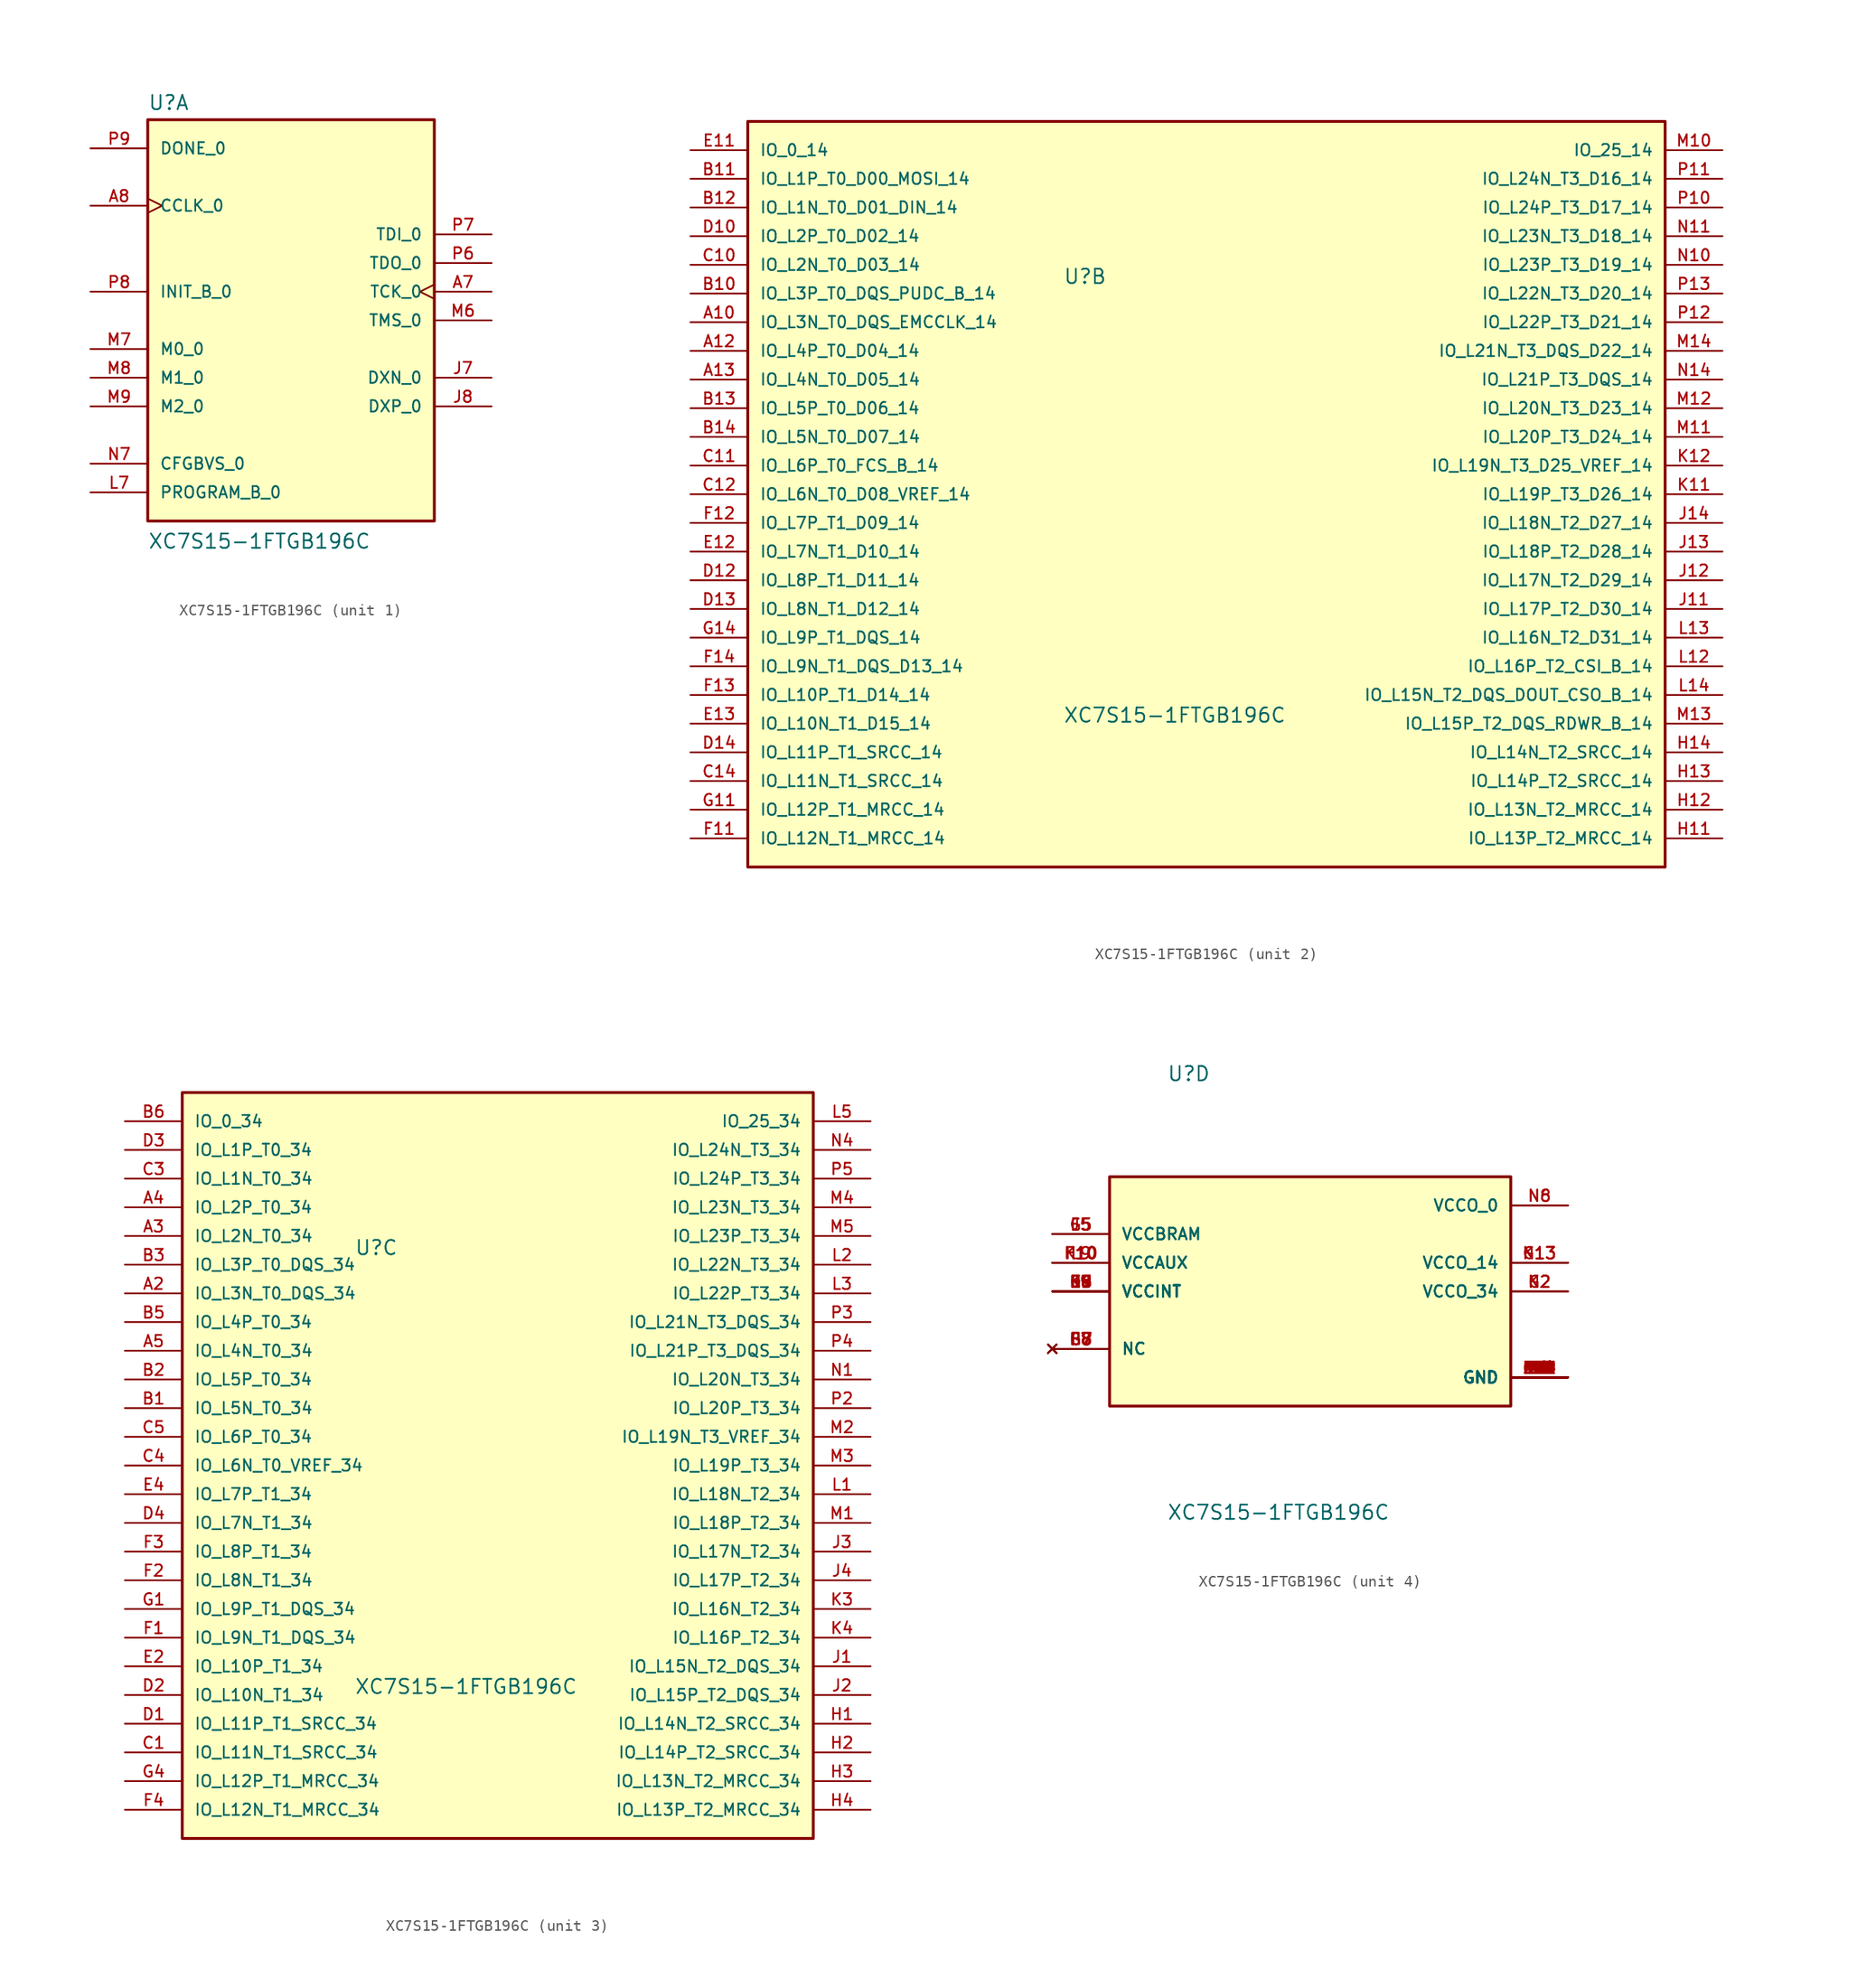
<source format=kicad_sym>
(kicad_symbol_lib
  (version 20211014)
  (generator kicad_symbol_editor)
  (symbol "XC7S15-1FTGB196C"
    (pin_names
      (offset 1.016))
    (property "Reference" "U"
      (at -12.7 18.542 0)
      (effects (font (size 1.27 1.27)) (justify left bottom)))
    (property "Value" "XC7S15-1FTGB196C"
      (at -12.7 -20.32 0)
      (effects (font (size 1.27 1.27)) (justify left bottom)))
    (property "ki_locked" ""
      (at 0 0 0)
      (effects (font (size 1.27 1.27))))
    (symbol "XC7S15-1FTGB196C_1_0"
      (rectangle (start -12.7 -17.78) (end 12.7 17.78) (stroke (width 0.254) (type default) (color 0 0 0 0)) (fill (type background)))
      (pin input clock (at 17.78 2.54 180) (length 5.08) (name "TCK_0" (effects (font (size 1.016 1.016)))) (number "A7" (effects (font (size 1.016 1.016)))))
      (pin bidirectional clock (at -17.78 10.16 0) (length 5.08) (name "CCLK_0" (effects (font (size 1.016 1.016)))) (number "A8" (effects (font (size 1.016 1.016)))))
      (pin bidirectional line (at 17.78 -5.08 180) (length 5.08) (name "DXN_0" (effects (font (size 1.016 1.016)))) (number "J7" (effects (font (size 1.016 1.016)))))
      (pin bidirectional line (at 17.78 -7.62 180) (length 5.08) (name "DXP_0" (effects (font (size 1.016 1.016)))) (number "J8" (effects (font (size 1.016 1.016)))))
      (pin bidirectional line (at -17.78 -15.24 0) (length 5.08) (name "PROGRAM_B_0" (effects (font (size 1.016 1.016)))) (number "L7" (effects (font (size 1.016 1.016)))))
      (pin input line (at 17.78 0 180) (length 5.08) (name "TMS_0" (effects (font (size 1.016 1.016)))) (number "M6" (effects (font (size 1.016 1.016)))))
      (pin bidirectional line (at -17.78 -2.54 0) (length 5.08) (name "M0_0" (effects (font (size 1.016 1.016)))) (number "M7" (effects (font (size 1.016 1.016)))))
      (pin bidirectional line (at -17.78 -5.08 0) (length 5.08) (name "M1_0" (effects (font (size 1.016 1.016)))) (number "M8" (effects (font (size 1.016 1.016)))))
      (pin bidirectional line (at -17.78 -7.62 0) (length 5.08) (name "M2_0" (effects (font (size 1.016 1.016)))) (number "M9" (effects (font (size 1.016 1.016)))))
      (pin bidirectional line (at -17.78 -12.7 0) (length 5.08) (name "CFGBVS_0" (effects (font (size 1.016 1.016)))) (number "N7" (effects (font (size 1.016 1.016)))))
      (pin output line (at 17.78 5.08 180) (length 5.08) (name "TDO_0" (effects (font (size 1.016 1.016)))) (number "P6" (effects (font (size 1.016 1.016)))))
      (pin input line (at 17.78 7.62 180) (length 5.08) (name "TDI_0" (effects (font (size 1.016 1.016)))) (number "P7" (effects (font (size 1.016 1.016)))))
      (pin bidirectional line (at -17.78 2.54 0) (length 5.08) (name "INIT_B_0" (effects (font (size 1.016 1.016)))) (number "P8" (effects (font (size 1.016 1.016)))))
      (pin bidirectional line (at -17.78 15.24 0) (length 5.08) (name "DONE_0" (effects (font (size 1.016 1.016)))) (number "P9" (effects (font (size 1.016 1.016))))))
    (symbol "XC7S15-1FTGB196C_2_0"
      (rectangle (start -40.64 -33.02) (end 40.64 33.02) (stroke (width 0.254) (type default) (color 0 0 0 0)) (fill (type background)))
      (pin bidirectional line (at -45.72 15.24 0) (length 5.08) (name "IO_L3N_T0_DQS_EMCCLK_14" (effects (font (size 1.016 1.016)))) (number "A10" (effects (font (size 1.016 1.016)))))
      (pin bidirectional line (at -45.72 12.7 0) (length 5.08) (name "IO_L4P_T0_D04_14" (effects (font (size 1.016 1.016)))) (number "A12" (effects (font (size 1.016 1.016)))))
      (pin bidirectional line (at -45.72 10.16 0) (length 5.08) (name "IO_L4N_T0_D05_14" (effects (font (size 1.016 1.016)))) (number "A13" (effects (font (size 1.016 1.016)))))
      (pin bidirectional line (at -45.72 17.78 0) (length 5.08) (name "IO_L3P_T0_DQS_PUDC_B_14" (effects (font (size 1.016 1.016)))) (number "B10" (effects (font (size 1.016 1.016)))))
      (pin bidirectional line (at -45.72 27.94 0) (length 5.08) (name "IO_L1P_T0_D00_MOSI_14" (effects (font (size 1.016 1.016)))) (number "B11" (effects (font (size 1.016 1.016)))))
      (pin bidirectional line (at -45.72 25.4 0) (length 5.08) (name "IO_L1N_T0_D01_DIN_14" (effects (font (size 1.016 1.016)))) (number "B12" (effects (font (size 1.016 1.016)))))
      (pin bidirectional line (at -45.72 7.62 0) (length 5.08) (name "IO_L5P_T0_D06_14" (effects (font (size 1.016 1.016)))) (number "B13" (effects (font (size 1.016 1.016)))))
      (pin bidirectional line (at -45.72 5.08 0) (length 5.08) (name "IO_L5N_T0_D07_14" (effects (font (size 1.016 1.016)))) (number "B14" (effects (font (size 1.016 1.016)))))
      (pin bidirectional line (at -45.72 20.32 0) (length 5.08) (name "IO_L2N_T0_D03_14" (effects (font (size 1.016 1.016)))) (number "C10" (effects (font (size 1.016 1.016)))))
      (pin bidirectional line (at -45.72 2.54 0) (length 5.08) (name "IO_L6P_T0_FCS_B_14" (effects (font (size 1.016 1.016)))) (number "C11" (effects (font (size 1.016 1.016)))))
      (pin bidirectional line (at -45.72 0 0) (length 5.08) (name "IO_L6N_T0_D08_VREF_14" (effects (font (size 1.016 1.016)))) (number "C12" (effects (font (size 1.016 1.016)))))
      (pin bidirectional line (at -45.72 -25.4 0) (length 5.08) (name "IO_L11N_T1_SRCC_14" (effects (font (size 1.016 1.016)))) (number "C14" (effects (font (size 1.016 1.016)))))
      (pin bidirectional line (at -45.72 22.86 0) (length 5.08) (name "IO_L2P_T0_D02_14" (effects (font (size 1.016 1.016)))) (number "D10" (effects (font (size 1.016 1.016)))))
      (pin bidirectional line (at -45.72 -7.62 0) (length 5.08) (name "IO_L8P_T1_D11_14" (effects (font (size 1.016 1.016)))) (number "D12" (effects (font (size 1.016 1.016)))))
      (pin bidirectional line (at -45.72 -10.16 0) (length 5.08) (name "IO_L8N_T1_D12_14" (effects (font (size 1.016 1.016)))) (number "D13" (effects (font (size 1.016 1.016)))))
      (pin bidirectional line (at -45.72 -22.86 0) (length 5.08) (name "IO_L11P_T1_SRCC_14" (effects (font (size 1.016 1.016)))) (number "D14" (effects (font (size 1.016 1.016)))))
      (pin bidirectional line (at -45.72 30.48 0) (length 5.08) (name "IO_0_14" (effects (font (size 1.016 1.016)))) (number "E11" (effects (font (size 1.016 1.016)))))
      (pin bidirectional line (at -45.72 -5.08 0) (length 5.08) (name "IO_L7N_T1_D10_14" (effects (font (size 1.016 1.016)))) (number "E12" (effects (font (size 1.016 1.016)))))
      (pin bidirectional line (at -45.72 -20.32 0) (length 5.08) (name "IO_L10N_T1_D15_14" (effects (font (size 1.016 1.016)))) (number "E13" (effects (font (size 1.016 1.016)))))
      (pin bidirectional line (at -45.72 -30.48 0) (length 5.08) (name "IO_L12N_T1_MRCC_14" (effects (font (size 1.016 1.016)))) (number "F11" (effects (font (size 1.016 1.016)))))
      (pin bidirectional line (at -45.72 -2.54 0) (length 5.08) (name "IO_L7P_T1_D09_14" (effects (font (size 1.016 1.016)))) (number "F12" (effects (font (size 1.016 1.016)))))
      (pin bidirectional line (at -45.72 -17.78 0) (length 5.08) (name "IO_L10P_T1_D14_14" (effects (font (size 1.016 1.016)))) (number "F13" (effects (font (size 1.016 1.016)))))
      (pin bidirectional line (at -45.72 -15.24 0) (length 5.08) (name "IO_L9N_T1_DQS_D13_14" (effects (font (size 1.016 1.016)))) (number "F14" (effects (font (size 1.016 1.016)))))
      (pin bidirectional line (at -45.72 -27.94 0) (length 5.08) (name "IO_L12P_T1_MRCC_14" (effects (font (size 1.016 1.016)))) (number "G11" (effects (font (size 1.016 1.016)))))
      (pin bidirectional line (at -45.72 -12.7 0) (length 5.08) (name "IO_L9P_T1_DQS_14" (effects (font (size 1.016 1.016)))) (number "G14" (effects (font (size 1.016 1.016)))))
      (pin bidirectional line (at 45.72 -30.48 180) (length 5.08) (name "IO_L13P_T2_MRCC_14" (effects (font (size 1.016 1.016)))) (number "H11" (effects (font (size 1.016 1.016)))))
      (pin bidirectional line (at 45.72 -27.94 180) (length 5.08) (name "IO_L13N_T2_MRCC_14" (effects (font (size 1.016 1.016)))) (number "H12" (effects (font (size 1.016 1.016)))))
      (pin bidirectional line (at 45.72 -25.4 180) (length 5.08) (name "IO_L14P_T2_SRCC_14" (effects (font (size 1.016 1.016)))) (number "H13" (effects (font (size 1.016 1.016)))))
      (pin bidirectional line (at 45.72 -22.86 180) (length 5.08) (name "IO_L14N_T2_SRCC_14" (effects (font (size 1.016 1.016)))) (number "H14" (effects (font (size 1.016 1.016)))))
      (pin bidirectional line (at 45.72 -10.16 180) (length 5.08) (name "IO_L17P_T2_D30_14" (effects (font (size 1.016 1.016)))) (number "J11" (effects (font (size 1.016 1.016)))))
      (pin bidirectional line (at 45.72 -7.62 180) (length 5.08) (name "IO_L17N_T2_D29_14" (effects (font (size 1.016 1.016)))) (number "J12" (effects (font (size 1.016 1.016)))))
      (pin bidirectional line (at 45.72 -5.08 180) (length 5.08) (name "IO_L18P_T2_D28_14" (effects (font (size 1.016 1.016)))) (number "J13" (effects (font (size 1.016 1.016)))))
      (pin bidirectional line (at 45.72 -2.54 180) (length 5.08) (name "IO_L18N_T2_D27_14" (effects (font (size 1.016 1.016)))) (number "J14" (effects (font (size 1.016 1.016)))))
      (pin bidirectional line (at 45.72 0 180) (length 5.08) (name "IO_L19P_T3_D26_14" (effects (font (size 1.016 1.016)))) (number "K11" (effects (font (size 1.016 1.016)))))
      (pin bidirectional line (at 45.72 2.54 180) (length 5.08) (name "IO_L19N_T3_D25_VREF_14" (effects (font (size 1.016 1.016)))) (number "K12" (effects (font (size 1.016 1.016)))))
      (pin bidirectional line (at 45.72 -15.24 180) (length 5.08) (name "IO_L16P_T2_CSI_B_14" (effects (font (size 1.016 1.016)))) (number "L12" (effects (font (size 1.016 1.016)))))
      (pin bidirectional line (at 45.72 -12.7 180) (length 5.08) (name "IO_L16N_T2_D31_14" (effects (font (size 1.016 1.016)))) (number "L13" (effects (font (size 1.016 1.016)))))
      (pin bidirectional line (at 45.72 -17.78 180) (length 5.08) (name "IO_L15N_T2_DQS_DOUT_CSO_B_14" (effects (font (size 1.016 1.016)))) (number "L14" (effects (font (size 1.016 1.016)))))
      (pin bidirectional line (at 45.72 30.48 180) (length 5.08) (name "IO_25_14" (effects (font (size 1.016 1.016)))) (number "M10" (effects (font (size 1.016 1.016)))))
      (pin bidirectional line (at 45.72 5.08 180) (length 5.08) (name "IO_L20P_T3_D24_14" (effects (font (size 1.016 1.016)))) (number "M11" (effects (font (size 1.016 1.016)))))
      (pin bidirectional line (at 45.72 7.62 180) (length 5.08) (name "IO_L20N_T3_D23_14" (effects (font (size 1.016 1.016)))) (number "M12" (effects (font (size 1.016 1.016)))))
      (pin bidirectional line (at 45.72 -20.32 180) (length 5.08) (name "IO_L15P_T2_DQS_RDWR_B_14" (effects (font (size 1.016 1.016)))) (number "M13" (effects (font (size 1.016 1.016)))))
      (pin bidirectional line (at 45.72 12.7 180) (length 5.08) (name "IO_L21N_T3_DQS_D22_14" (effects (font (size 1.016 1.016)))) (number "M14" (effects (font (size 1.016 1.016)))))
      (pin bidirectional line (at 45.72 20.32 180) (length 5.08) (name "IO_L23P_T3_D19_14" (effects (font (size 1.016 1.016)))) (number "N10" (effects (font (size 1.016 1.016)))))
      (pin bidirectional line (at 45.72 22.86 180) (length 5.08) (name "IO_L23N_T3_D18_14" (effects (font (size 1.016 1.016)))) (number "N11" (effects (font (size 1.016 1.016)))))
      (pin bidirectional line (at 45.72 10.16 180) (length 5.08) (name "IO_L21P_T3_DQS_14" (effects (font (size 1.016 1.016)))) (number "N14" (effects (font (size 1.016 1.016)))))
      (pin bidirectional line (at 45.72 25.4 180) (length 5.08) (name "IO_L24P_T3_D17_14" (effects (font (size 1.016 1.016)))) (number "P10" (effects (font (size 1.016 1.016)))))
      (pin bidirectional line (at 45.72 27.94 180) (length 5.08) (name "IO_L24N_T3_D16_14" (effects (font (size 1.016 1.016)))) (number "P11" (effects (font (size 1.016 1.016)))))
      (pin bidirectional line (at 45.72 15.24 180) (length 5.08) (name "IO_L22P_T3_D21_14" (effects (font (size 1.016 1.016)))) (number "P12" (effects (font (size 1.016 1.016)))))
      (pin bidirectional line (at 45.72 17.78 180) (length 5.08) (name "IO_L22N_T3_D20_14" (effects (font (size 1.016 1.016)))) (number "P13" (effects (font (size 1.016 1.016))))))
    (symbol "XC7S15-1FTGB196C_3_0"
      (rectangle (start -27.94 -33.02) (end 27.94 33.02) (stroke (width 0.254) (type default) (color 0 0 0 0)) (fill (type background)))
      (pin bidirectional line (at -33.02 15.24 0) (length 5.08) (name "IO_L3N_T0_DQS_34" (effects (font (size 1.016 1.016)))) (number "A2" (effects (font (size 1.016 1.016)))))
      (pin bidirectional line (at -33.02 20.32 0) (length 5.08) (name "IO_L2N_T0_34" (effects (font (size 1.016 1.016)))) (number "A3" (effects (font (size 1.016 1.016)))))
      (pin bidirectional line (at -33.02 22.86 0) (length 5.08) (name "IO_L2P_T0_34" (effects (font (size 1.016 1.016)))) (number "A4" (effects (font (size 1.016 1.016)))))
      (pin bidirectional line (at -33.02 10.16 0) (length 5.08) (name "IO_L4N_T0_34" (effects (font (size 1.016 1.016)))) (number "A5" (effects (font (size 1.016 1.016)))))
      (pin bidirectional line (at -33.02 5.08 0) (length 5.08) (name "IO_L5N_T0_34" (effects (font (size 1.016 1.016)))) (number "B1" (effects (font (size 1.016 1.016)))))
      (pin bidirectional line (at -33.02 7.62 0) (length 5.08) (name "IO_L5P_T0_34" (effects (font (size 1.016 1.016)))) (number "B2" (effects (font (size 1.016 1.016)))))
      (pin bidirectional line (at -33.02 17.78 0) (length 5.08) (name "IO_L3P_T0_DQS_34" (effects (font (size 1.016 1.016)))) (number "B3" (effects (font (size 1.016 1.016)))))
      (pin bidirectional line (at -33.02 12.7 0) (length 5.08) (name "IO_L4P_T0_34" (effects (font (size 1.016 1.016)))) (number "B5" (effects (font (size 1.016 1.016)))))
      (pin bidirectional line (at -33.02 30.48 0) (length 5.08) (name "IO_0_34" (effects (font (size 1.016 1.016)))) (number "B6" (effects (font (size 1.016 1.016)))))
      (pin bidirectional line (at -33.02 -25.4 0) (length 5.08) (name "IO_L11N_T1_SRCC_34" (effects (font (size 1.016 1.016)))) (number "C1" (effects (font (size 1.016 1.016)))))
      (pin bidirectional line (at -33.02 25.4 0) (length 5.08) (name "IO_L1N_T0_34" (effects (font (size 1.016 1.016)))) (number "C3" (effects (font (size 1.016 1.016)))))
      (pin bidirectional line (at -33.02 0 0) (length 5.08) (name "IO_L6N_T0_VREF_34" (effects (font (size 1.016 1.016)))) (number "C4" (effects (font (size 1.016 1.016)))))
      (pin bidirectional line (at -33.02 2.54 0) (length 5.08) (name "IO_L6P_T0_34" (effects (font (size 1.016 1.016)))) (number "C5" (effects (font (size 1.016 1.016)))))
      (pin bidirectional line (at -33.02 -22.86 0) (length 5.08) (name "IO_L11P_T1_SRCC_34" (effects (font (size 1.016 1.016)))) (number "D1" (effects (font (size 1.016 1.016)))))
      (pin bidirectional line (at -33.02 -20.32 0) (length 5.08) (name "IO_L10N_T1_34" (effects (font (size 1.016 1.016)))) (number "D2" (effects (font (size 1.016 1.016)))))
      (pin bidirectional line (at -33.02 27.94 0) (length 5.08) (name "IO_L1P_T0_34" (effects (font (size 1.016 1.016)))) (number "D3" (effects (font (size 1.016 1.016)))))
      (pin bidirectional line (at -33.02 -5.08 0) (length 5.08) (name "IO_L7N_T1_34" (effects (font (size 1.016 1.016)))) (number "D4" (effects (font (size 1.016 1.016)))))
      (pin bidirectional line (at -33.02 -17.78 0) (length 5.08) (name "IO_L10P_T1_34" (effects (font (size 1.016 1.016)))) (number "E2" (effects (font (size 1.016 1.016)))))
      (pin bidirectional line (at -33.02 -2.54 0) (length 5.08) (name "IO_L7P_T1_34" (effects (font (size 1.016 1.016)))) (number "E4" (effects (font (size 1.016 1.016)))))
      (pin bidirectional line (at -33.02 -15.24 0) (length 5.08) (name "IO_L9N_T1_DQS_34" (effects (font (size 1.016 1.016)))) (number "F1" (effects (font (size 1.016 1.016)))))
      (pin bidirectional line (at -33.02 -10.16 0) (length 5.08) (name "IO_L8N_T1_34" (effects (font (size 1.016 1.016)))) (number "F2" (effects (font (size 1.016 1.016)))))
      (pin bidirectional line (at -33.02 -7.62 0) (length 5.08) (name "IO_L8P_T1_34" (effects (font (size 1.016 1.016)))) (number "F3" (effects (font (size 1.016 1.016)))))
      (pin bidirectional line (at -33.02 -30.48 0) (length 5.08) (name "IO_L12N_T1_MRCC_34" (effects (font (size 1.016 1.016)))) (number "F4" (effects (font (size 1.016 1.016)))))
      (pin bidirectional line (at -33.02 -12.7 0) (length 5.08) (name "IO_L9P_T1_DQS_34" (effects (font (size 1.016 1.016)))) (number "G1" (effects (font (size 1.016 1.016)))))
      (pin bidirectional line (at -33.02 -27.94 0) (length 5.08) (name "IO_L12P_T1_MRCC_34" (effects (font (size 1.016 1.016)))) (number "G4" (effects (font (size 1.016 1.016)))))
      (pin bidirectional line (at 33.02 -22.86 180) (length 5.08) (name "IO_L14N_T2_SRCC_34" (effects (font (size 1.016 1.016)))) (number "H1" (effects (font (size 1.016 1.016)))))
      (pin bidirectional line (at 33.02 -25.4 180) (length 5.08) (name "IO_L14P_T2_SRCC_34" (effects (font (size 1.016 1.016)))) (number "H2" (effects (font (size 1.016 1.016)))))
      (pin bidirectional line (at 33.02 -27.94 180) (length 5.08) (name "IO_L13N_T2_MRCC_34" (effects (font (size 1.016 1.016)))) (number "H3" (effects (font (size 1.016 1.016)))))
      (pin bidirectional line (at 33.02 -30.48 180) (length 5.08) (name "IO_L13P_T2_MRCC_34" (effects (font (size 1.016 1.016)))) (number "H4" (effects (font (size 1.016 1.016)))))
      (pin bidirectional line (at 33.02 -17.78 180) (length 5.08) (name "IO_L15N_T2_DQS_34" (effects (font (size 1.016 1.016)))) (number "J1" (effects (font (size 1.016 1.016)))))
      (pin bidirectional line (at 33.02 -20.32 180) (length 5.08) (name "IO_L15P_T2_DQS_34" (effects (font (size 1.016 1.016)))) (number "J2" (effects (font (size 1.016 1.016)))))
      (pin bidirectional line (at 33.02 -7.62 180) (length 5.08) (name "IO_L17N_T2_34" (effects (font (size 1.016 1.016)))) (number "J3" (effects (font (size 1.016 1.016)))))
      (pin bidirectional line (at 33.02 -10.16 180) (length 5.08) (name "IO_L17P_T2_34" (effects (font (size 1.016 1.016)))) (number "J4" (effects (font (size 1.016 1.016)))))
      (pin bidirectional line (at 33.02 -12.7 180) (length 5.08) (name "IO_L16N_T2_34" (effects (font (size 1.016 1.016)))) (number "K3" (effects (font (size 1.016 1.016)))))
      (pin bidirectional line (at 33.02 -15.24 180) (length 5.08) (name "IO_L16P_T2_34" (effects (font (size 1.016 1.016)))) (number "K4" (effects (font (size 1.016 1.016)))))
      (pin bidirectional line (at 33.02 -2.54 180) (length 5.08) (name "IO_L18N_T2_34" (effects (font (size 1.016 1.016)))) (number "L1" (effects (font (size 1.016 1.016)))))
      (pin bidirectional line (at 33.02 17.78 180) (length 5.08) (name "IO_L22N_T3_34" (effects (font (size 1.016 1.016)))) (number "L2" (effects (font (size 1.016 1.016)))))
      (pin bidirectional line (at 33.02 15.24 180) (length 5.08) (name "IO_L22P_T3_34" (effects (font (size 1.016 1.016)))) (number "L3" (effects (font (size 1.016 1.016)))))
      (pin bidirectional line (at 33.02 30.48 180) (length 5.08) (name "IO_25_34" (effects (font (size 1.016 1.016)))) (number "L5" (effects (font (size 1.016 1.016)))))
      (pin bidirectional line (at 33.02 -5.08 180) (length 5.08) (name "IO_L18P_T2_34" (effects (font (size 1.016 1.016)))) (number "M1" (effects (font (size 1.016 1.016)))))
      (pin bidirectional line (at 33.02 2.54 180) (length 5.08) (name "IO_L19N_T3_VREF_34" (effects (font (size 1.016 1.016)))) (number "M2" (effects (font (size 1.016 1.016)))))
      (pin bidirectional line (at 33.02 0 180) (length 5.08) (name "IO_L19P_T3_34" (effects (font (size 1.016 1.016)))) (number "M3" (effects (font (size 1.016 1.016)))))
      (pin bidirectional line (at 33.02 22.86 180) (length 5.08) (name "IO_L23N_T3_34" (effects (font (size 1.016 1.016)))) (number "M4" (effects (font (size 1.016 1.016)))))
      (pin bidirectional line (at 33.02 20.32 180) (length 5.08) (name "IO_L23P_T3_34" (effects (font (size 1.016 1.016)))) (number "M5" (effects (font (size 1.016 1.016)))))
      (pin bidirectional line (at 33.02 7.62 180) (length 5.08) (name "IO_L20N_T3_34" (effects (font (size 1.016 1.016)))) (number "N1" (effects (font (size 1.016 1.016)))))
      (pin bidirectional line (at 33.02 27.94 180) (length 5.08) (name "IO_L24N_T3_34" (effects (font (size 1.016 1.016)))) (number "N4" (effects (font (size 1.016 1.016)))))
      (pin bidirectional line (at 33.02 5.08 180) (length 5.08) (name "IO_L20P_T3_34" (effects (font (size 1.016 1.016)))) (number "P2" (effects (font (size 1.016 1.016)))))
      (pin bidirectional line (at 33.02 12.7 180) (length 5.08) (name "IO_L21N_T3_DQS_34" (effects (font (size 1.016 1.016)))) (number "P3" (effects (font (size 1.016 1.016)))))
      (pin bidirectional line (at 33.02 10.16 180) (length 5.08) (name "IO_L21P_T3_DQS_34" (effects (font (size 1.016 1.016)))) (number "P4" (effects (font (size 1.016 1.016)))))
      (pin bidirectional line (at 33.02 25.4 180) (length 5.08) (name "IO_L24P_T3_34" (effects (font (size 1.016 1.016)))) (number "P5" (effects (font (size 1.016 1.016))))))
    (symbol "XC7S15-1FTGB196C_4_0"
      (rectangle (start -17.78 -10.16) (end 17.78 10.16) (stroke (width 0.254) (type default) (color 0 0 0 0)) (fill (type background)))
      (pin power_in line (at 22.86 -7.62 180) (length 5.08) (name "GND" (effects (font (size 1.016 1.016)))) (number "A1" (effects (font (size 1.016 1.016)))))
      (pin power_in line (at 22.86 -7.62 180) (length 5.08) (name "GND" (effects (font (size 1.016 1.016)))) (number "A11" (effects (font (size 1.016 1.016)))))
      (pin power_in line (at 22.86 -7.62 180) (length 5.08) (name "GND" (effects (font (size 1.016 1.016)))) (number "A14" (effects (font (size 1.016 1.016)))))
      (pin power_in line (at 22.86 -7.62 180) (length 5.08) (name "GND" (effects (font (size 1.016 1.016)))) (number "A6" (effects (font (size 1.016 1.016)))))
      (pin power_in line (at 22.86 -7.62 180) (length 5.08) (name "GND" (effects (font (size 1.016 1.016)))) (number "A9" (effects (font (size 1.016 1.016)))))
      (pin power_in line (at 22.86 -7.62 180) (length 5.08) (name "GND" (effects (font (size 1.016 1.016)))) (number "B4" (effects (font (size 1.016 1.016)))))
      (pin power_in line (at 22.86 -7.62 180) (length 5.08) (name "GND" (effects (font (size 1.016 1.016)))) (number "B7" (effects (font (size 1.016 1.016)))))
      (pin no_connect line (at -22.86 -5.08 0) (length 5.08) (name "NC" (effects (font (size 1.016 1.016)))) (number "B8" (effects (font (size 1.016 1.016)))))
      (pin power_in line (at 22.86 -7.62 180) (length 5.08) (name "GND" (effects (font (size 1.016 1.016)))) (number "B9" (effects (font (size 1.016 1.016)))))
      (pin power_in line (at 22.86 -7.62 180) (length 5.08) (name "GND" (effects (font (size 1.016 1.016)))) (number "C13" (effects (font (size 1.016 1.016)))))
      (pin power_in line (at 22.86 -7.62 180) (length 5.08) (name "GND" (effects (font (size 1.016 1.016)))) (number "C2" (effects (font (size 1.016 1.016)))))
      (pin power_in line (at 22.86 -7.62 180) (length 5.08) (name "GND" (effects (font (size 1.016 1.016)))) (number "C6" (effects (font (size 1.016 1.016)))))
      (pin power_in line (at 22.86 -7.62 180) (length 5.08) (name "GND" (effects (font (size 1.016 1.016)))) (number "C7" (effects (font (size 1.016 1.016)))))
      (pin power_in line (at 22.86 -7.62 180) (length 5.08) (name "GND" (effects (font (size 1.016 1.016)))) (number "C8" (effects (font (size 1.016 1.016)))))
      (pin power_in line (at 22.86 -7.62 180) (length 5.08) (name "GND" (effects (font (size 1.016 1.016)))) (number "C9" (effects (font (size 1.016 1.016)))))
      (pin power_in line (at 22.86 -7.62 180) (length 5.08) (name "GND" (effects (font (size 1.016 1.016)))) (number "D11" (effects (font (size 1.016 1.016)))))
      (pin power_in line (at 22.86 -7.62 180) (length 5.08) (name "GND" (effects (font (size 1.016 1.016)))) (number "D5" (effects (font (size 1.016 1.016)))))
      (pin power_in line (at -22.86 0 0) (length 5.08) (name "VCCINT" (effects (font (size 1.016 1.016)))) (number "D6" (effects (font (size 1.016 1.016)))))
      (pin power_in line (at 22.86 -7.62 180) (length 5.08) (name "GND" (effects (font (size 1.016 1.016)))) (number "D7" (effects (font (size 1.016 1.016)))))
      (pin power_in line (at -22.86 0 0) (length 5.08) (name "VCCINT" (effects (font (size 1.016 1.016)))) (number "D8" (effects (font (size 1.016 1.016)))))
      (pin power_in line (at 22.86 -7.62 180) (length 5.08) (name "GND" (effects (font (size 1.016 1.016)))) (number "D9" (effects (font (size 1.016 1.016)))))
      (pin power_in line (at 22.86 -7.62 180) (length 5.08) (name "GND" (effects (font (size 1.016 1.016)))) (number "E1" (effects (font (size 1.016 1.016)))))
      (pin power_in line (at 22.86 -7.62 180) (length 5.08) (name "GND" (effects (font (size 1.016 1.016)))) (number "E10" (effects (font (size 1.016 1.016)))))
      (pin power_in line (at 22.86 -7.62 180) (length 5.08) (name "GND" (effects (font (size 1.016 1.016)))) (number "E14" (effects (font (size 1.016 1.016)))))
      (pin power_in line (at 22.86 -7.62 180) (length 5.08) (name "GND" (effects (font (size 1.016 1.016)))) (number "E3" (effects (font (size 1.016 1.016)))))
      (pin power_in line (at -22.86 5.08 0) (length 5.08) (name "VCCBRAM" (effects (font (size 1.016 1.016)))) (number "E5" (effects (font (size 1.016 1.016)))))
      (pin power_in line (at 22.86 -7.62 180) (length 5.08) (name "GND" (effects (font (size 1.016 1.016)))) (number "E6" (effects (font (size 1.016 1.016)))))
      (pin power_in line (at -22.86 0 0) (length 5.08) (name "VCCINT" (effects (font (size 1.016 1.016)))) (number "E7" (effects (font (size 1.016 1.016)))))
      (pin power_in line (at 22.86 -7.62 180) (length 5.08) (name "GND" (effects (font (size 1.016 1.016)))) (number "E8" (effects (font (size 1.016 1.016)))))
      (pin power_in line (at -22.86 0 0) (length 5.08) (name "VCCINT" (effects (font (size 1.016 1.016)))) (number "E9" (effects (font (size 1.016 1.016)))))
      (pin power_in line (at -22.86 2.54 0) (length 5.08) (name "VCCAUX" (effects (font (size 1.016 1.016)))) (number "F10" (effects (font (size 1.016 1.016)))))
      (pin power_in line (at 22.86 -7.62 180) (length 5.08) (name "GND" (effects (font (size 1.016 1.016)))) (number "F5" (effects (font (size 1.016 1.016)))))
      (pin power_in line (at -22.86 0 0) (length 5.08) (name "VCCINT" (effects (font (size 1.016 1.016)))) (number "F6" (effects (font (size 1.016 1.016)))))
      (pin no_connect line (at -22.86 -5.08 0) (length 5.08) (name "NC" (effects (font (size 1.016 1.016)))) (number "F7" (effects (font (size 1.016 1.016)))))
      (pin no_connect line (at -22.86 -5.08 0) (length 5.08) (name "NC" (effects (font (size 1.016 1.016)))) (number "F8" (effects (font (size 1.016 1.016)))))
      (pin power_in line (at 22.86 -7.62 180) (length 5.08) (name "GND" (effects (font (size 1.016 1.016)))) (number "F9" (effects (font (size 1.016 1.016)))))
      (pin power_in line (at 22.86 -7.62 180) (length 5.08) (name "GND" (effects (font (size 1.016 1.016)))) (number "G10" (effects (font (size 1.016 1.016)))))
      (pin power_in line (at 22.86 -7.62 180) (length 5.08) (name "GND" (effects (font (size 1.016 1.016)))) (number "G12" (effects (font (size 1.016 1.016)))))
      (pin power_in line (at 22.86 2.54 180) (length 5.08) (name "VCCO_14" (effects (font (size 1.016 1.016)))) (number "G13" (effects (font (size 1.016 1.016)))))
      (pin power_in line (at 22.86 0 180) (length 5.08) (name "VCCO_34" (effects (font (size 1.016 1.016)))) (number "G2" (effects (font (size 1.016 1.016)))))
      (pin power_in line (at 22.86 -7.62 180) (length 5.08) (name "GND" (effects (font (size 1.016 1.016)))) (number "G3" (effects (font (size 1.016 1.016)))))
      (pin power_in line (at -22.86 5.08 0) (length 5.08) (name "VCCBRAM" (effects (font (size 1.016 1.016)))) (number "G5" (effects (font (size 1.016 1.016)))))
      (pin power_in line (at 22.86 -7.62 180) (length 5.08) (name "GND" (effects (font (size 1.016 1.016)))) (number "G6" (effects (font (size 1.016 1.016)))))
      (pin no_connect line (at -22.86 -5.08 0) (length 5.08) (name "NC" (effects (font (size 1.016 1.016)))) (number "G7" (effects (font (size 1.016 1.016)))))
      (pin no_connect line (at -22.86 -5.08 0) (length 5.08) (name "NC" (effects (font (size 1.016 1.016)))) (number "G8" (effects (font (size 1.016 1.016)))))
      (pin power_in line (at -22.86 0 0) (length 5.08) (name "VCCINT" (effects (font (size 1.016 1.016)))) (number "G9" (effects (font (size 1.016 1.016)))))
      (pin power_in line (at -22.86 2.54 0) (length 5.08) (name "VCCAUX" (effects (font (size 1.016 1.016)))) (number "H10" (effects (font (size 1.016 1.016)))))
      (pin power_in line (at 22.86 -7.62 180) (length 5.08) (name "GND" (effects (font (size 1.016 1.016)))) (number "H5" (effects (font (size 1.016 1.016)))))
      (pin power_in line (at -22.86 0 0) (length 5.08) (name "VCCINT" (effects (font (size 1.016 1.016)))) (number "H6" (effects (font (size 1.016 1.016)))))
      (pin no_connect line (at -22.86 -5.08 0) (length 5.08) (name "NC" (effects (font (size 1.016 1.016)))) (number "H7" (effects (font (size 1.016 1.016)))))
      (pin no_connect line (at -22.86 -5.08 0) (length 5.08) (name "NC" (effects (font (size 1.016 1.016)))) (number "H8" (effects (font (size 1.016 1.016)))))
      (pin power_in line (at 22.86 -7.62 180) (length 5.08) (name "GND" (effects (font (size 1.016 1.016)))) (number "H9" (effects (font (size 1.016 1.016)))))
      (pin power_in line (at 22.86 -7.62 180) (length 5.08) (name "GND" (effects (font (size 1.016 1.016)))) (number "J10" (effects (font (size 1.016 1.016)))))
      (pin power_in line (at -22.86 5.08 0) (length 5.08) (name "VCCBRAM" (effects (font (size 1.016 1.016)))) (number "J5" (effects (font (size 1.016 1.016)))))
      (pin power_in line (at 22.86 -7.62 180) (length 5.08) (name "GND" (effects (font (size 1.016 1.016)))) (number "J6" (effects (font (size 1.016 1.016)))))
      (pin power_in line (at -22.86 0 0) (length 5.08) (name "VCCINT" (effects (font (size 1.016 1.016)))) (number "J9" (effects (font (size 1.016 1.016)))))
      (pin power_in line (at 22.86 -7.62 180) (length 5.08) (name "GND" (effects (font (size 1.016 1.016)))) (number "K1" (effects (font (size 1.016 1.016)))))
      (pin power_in line (at -22.86 2.54 0) (length 5.08) (name "VCCAUX" (effects (font (size 1.016 1.016)))) (number "K10" (effects (font (size 1.016 1.016)))))
      (pin power_in line (at 22.86 2.54 180) (length 5.08) (name "VCCO_14" (effects (font (size 1.016 1.016)))) (number "K13" (effects (font (size 1.016 1.016)))))
      (pin power_in line (at 22.86 -7.62 180) (length 5.08) (name "GND" (effects (font (size 1.016 1.016)))) (number "K14" (effects (font (size 1.016 1.016)))))
      (pin power_in line (at 22.86 0 180) (length 5.08) (name "VCCO_34" (effects (font (size 1.016 1.016)))) (number "K2" (effects (font (size 1.016 1.016)))))
      (pin power_in line (at 22.86 -7.62 180) (length 5.08) (name "GND" (effects (font (size 1.016 1.016)))) (number "K5" (effects (font (size 1.016 1.016)))))
      (pin power_in line (at -22.86 0 0) (length 5.08) (name "VCCINT" (effects (font (size 1.016 1.016)))) (number "K6" (effects (font (size 1.016 1.016)))))
      (pin power_in line (at 22.86 -7.62 180) (length 5.08) (name "GND" (effects (font (size 1.016 1.016)))) (number "K7" (effects (font (size 1.016 1.016)))))
      (pin power_in line (at -22.86 0 0) (length 5.08) (name "VCCINT" (effects (font (size 1.016 1.016)))) (number "K8" (effects (font (size 1.016 1.016)))))
      (pin power_in line (at 22.86 -7.62 180) (length 5.08) (name "GND" (effects (font (size 1.016 1.016)))) (number "K9" (effects (font (size 1.016 1.016)))))
      (pin power_in line (at 22.86 -7.62 180) (length 5.08) (name "GND" (effects (font (size 1.016 1.016)))) (number "L10" (effects (font (size 1.016 1.016)))))
      (pin power_in line (at 22.86 -7.62 180) (length 5.08) (name "GND" (effects (font (size 1.016 1.016)))) (number "L11" (effects (font (size 1.016 1.016)))))
      (pin power_in line (at 22.86 -7.62 180) (length 5.08) (name "GND" (effects (font (size 1.016 1.016)))) (number "L4" (effects (font (size 1.016 1.016)))))
      (pin power_in line (at 22.86 -7.62 180) (length 5.08) (name "GND" (effects (font (size 1.016 1.016)))) (number "L6" (effects (font (size 1.016 1.016)))))
      (pin power_in line (at 22.86 -7.62 180) (length 5.08) (name "GND" (effects (font (size 1.016 1.016)))) (number "L8" (effects (font (size 1.016 1.016)))))
      (pin power_in line (at -22.86 2.54 0) (length 5.08) (name "VCCAUX" (effects (font (size 1.016 1.016)))) (number "L9" (effects (font (size 1.016 1.016)))))
      (pin power_in line (at 22.86 -7.62 180) (length 5.08) (name "GND" (effects (font (size 1.016 1.016)))) (number "N12" (effects (font (size 1.016 1.016)))))
      (pin power_in line (at 22.86 2.54 180) (length 5.08) (name "VCCO_14" (effects (font (size 1.016 1.016)))) (number "N13" (effects (font (size 1.016 1.016)))))
      (pin power_in line (at 22.86 0 180) (length 5.08) (name "VCCO_34" (effects (font (size 1.016 1.016)))) (number "N2" (effects (font (size 1.016 1.016)))))
      (pin power_in line (at 22.86 -7.62 180) (length 5.08) (name "GND" (effects (font (size 1.016 1.016)))) (number "N3" (effects (font (size 1.016 1.016)))))
      (pin power_in line (at 22.86 -7.62 180) (length 5.08) (name "GND" (effects (font (size 1.016 1.016)))) (number "N5" (effects (font (size 1.016 1.016)))))
      (pin power_in line (at 22.86 7.62 180) (length 5.08) (name "VCCO_0" (effects (font (size 1.016 1.016)))) (number "N6" (effects (font (size 1.016 1.016)))))
      (pin power_in line (at 22.86 7.62 180) (length 5.08) (name "VCCO_0" (effects (font (size 1.016 1.016)))) (number "N8" (effects (font (size 1.016 1.016)))))
      (pin power_in line (at 22.86 -7.62 180) (length 5.08) (name "GND" (effects (font (size 1.016 1.016)))) (number "N9" (effects (font (size 1.016 1.016)))))
      (pin power_in line (at 22.86 -7.62 180) (length 5.08) (name "GND" (effects (font (size 1.016 1.016)))) (number "P1" (effects (font (size 1.016 1.016)))))
      (pin power_in line (at 22.86 -7.62 180) (length 5.08) (name "GND" (effects (font (size 1.016 1.016)))) (number "P14" (effects (font (size 1.016 1.016))))))))
</source>
